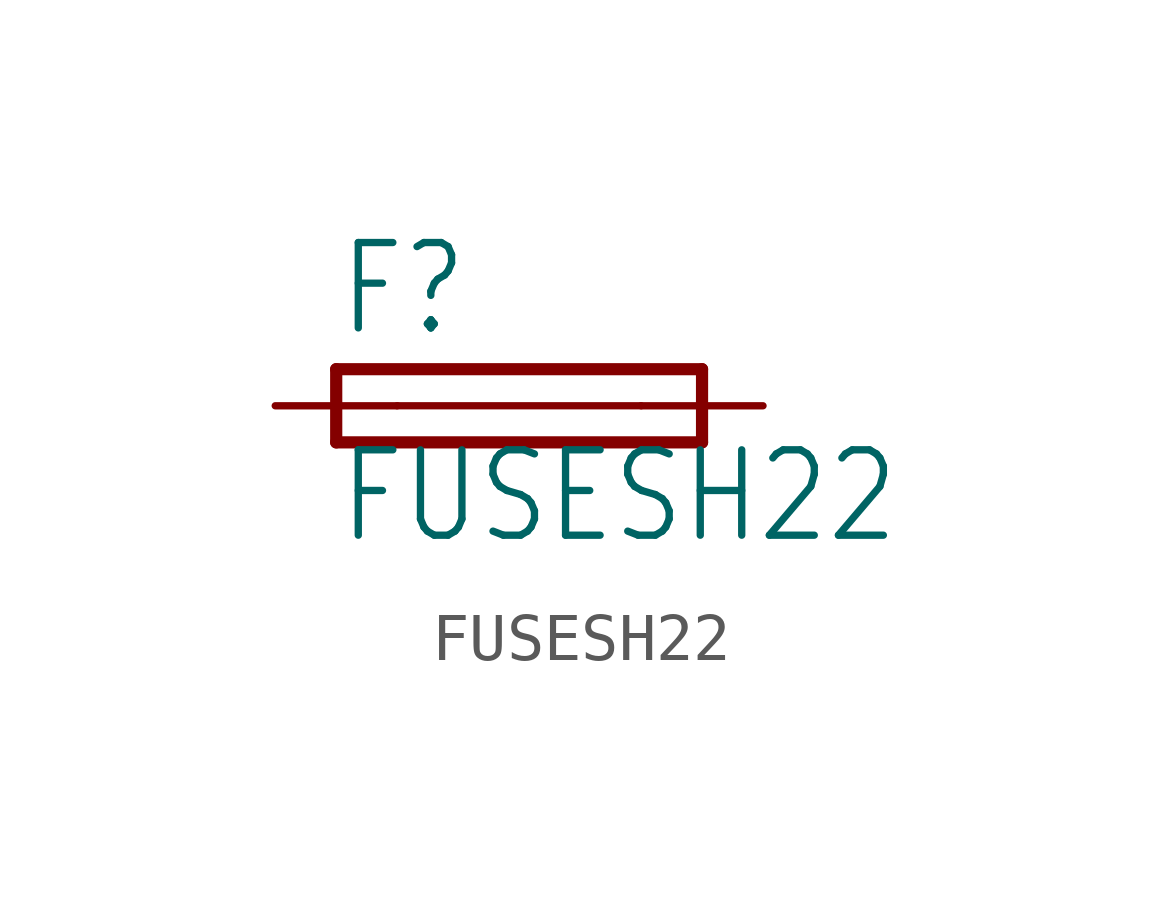
<source format=kicad_sym>
(kicad_symbol_lib
  (version 20200126)
  (host kicad_symbol_editor "5.99.0-unknown-aa7ce74~88~ubuntu18.04.1")
  (symbol "FUSESH22"
    (property "Reference" "F"
      (at -3.81 1.397 0)
      (effects (font (size 1.778 1.511)) (justify left bottom)))
    (property "Value" "FUSESH22"
      (at -3.81 -2.921 0)
      (effects (font (size 1.778 1.511)) (justify left bottom)))
    (property "ki_locked" ""
      (at 0 0 0)
      (effects (font (size 1.27 1.27))))
    (symbol "FUSESH22_1_0"
      (polyline (pts (xy -3.81 -0.762) (xy 3.81 -0.762)) (stroke (width 0.254)) (fill (type none)))
      (polyline (pts (xy 3.81 0.762) (xy -3.81 0.762)) (stroke (width 0.254)) (fill (type none)))
      (polyline (pts (xy 3.81 -0.762) (xy 3.81 0.762)) (stroke (width 0.254)) (fill (type none)))
      (polyline (pts (xy -3.81 0.762) (xy -3.81 -0.762)) (stroke (width 0.254)) (fill (type none)))
      (polyline (pts (xy -2.54 0) (xy 2.54 0)) (stroke (width 0.152)) (fill (type none)))
      (pin passive line (at 5.08 0 180) (length 2.54) (name "2" (effects (font (size 0 0)))) (number "2" (effects (font (size 0 0)))))
      (pin passive line (at -5.08 0 0) (length 2.54) (name "1" (effects (font (size 0 0)))) (number "1" (effects (font (size 0 0))))))))
</source>
